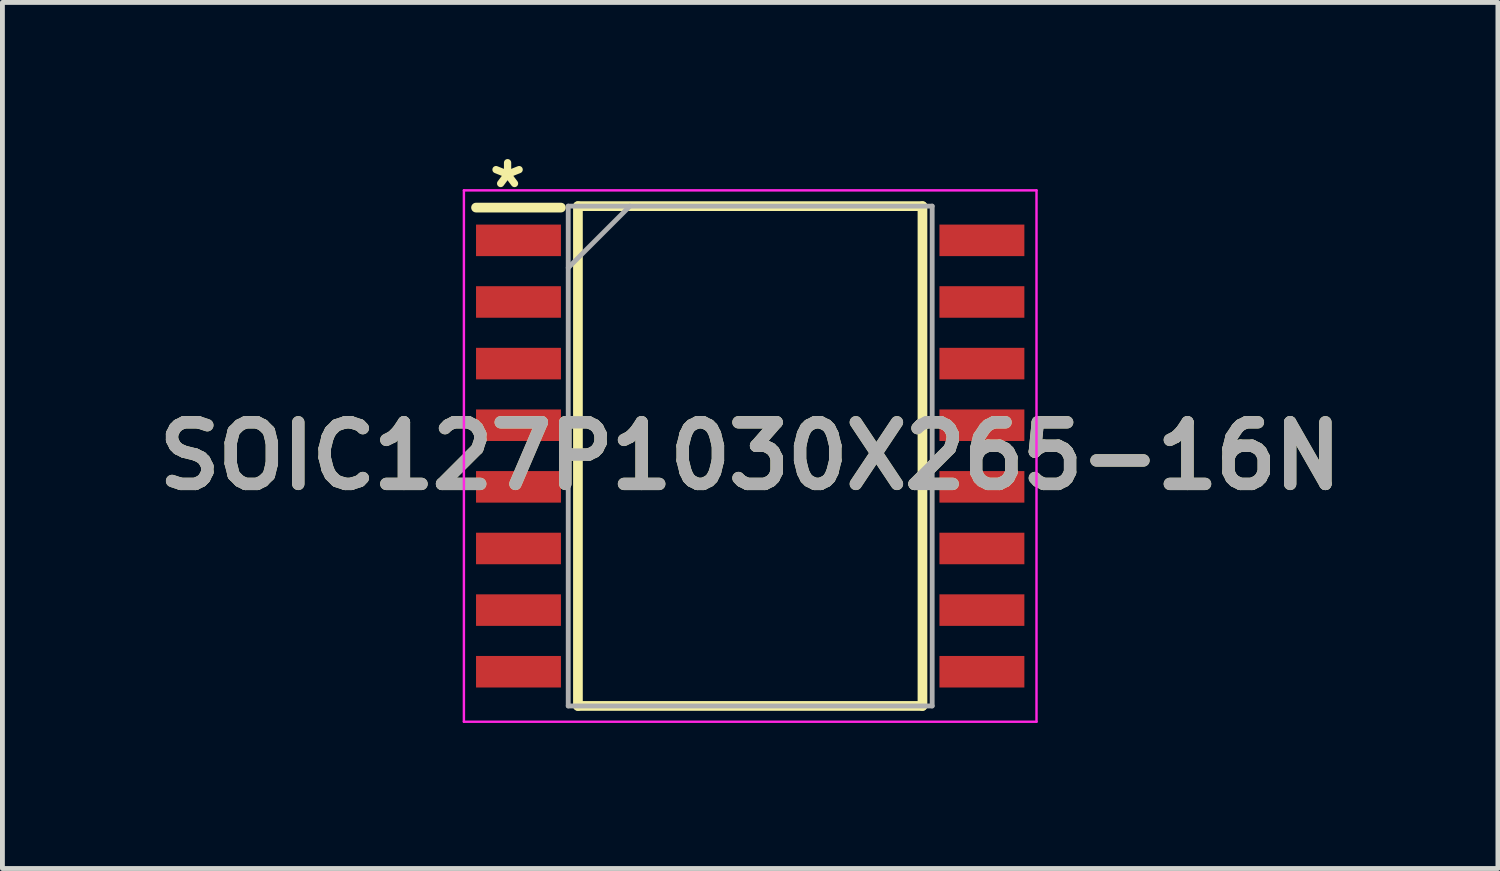
<source format=kicad_pcb>
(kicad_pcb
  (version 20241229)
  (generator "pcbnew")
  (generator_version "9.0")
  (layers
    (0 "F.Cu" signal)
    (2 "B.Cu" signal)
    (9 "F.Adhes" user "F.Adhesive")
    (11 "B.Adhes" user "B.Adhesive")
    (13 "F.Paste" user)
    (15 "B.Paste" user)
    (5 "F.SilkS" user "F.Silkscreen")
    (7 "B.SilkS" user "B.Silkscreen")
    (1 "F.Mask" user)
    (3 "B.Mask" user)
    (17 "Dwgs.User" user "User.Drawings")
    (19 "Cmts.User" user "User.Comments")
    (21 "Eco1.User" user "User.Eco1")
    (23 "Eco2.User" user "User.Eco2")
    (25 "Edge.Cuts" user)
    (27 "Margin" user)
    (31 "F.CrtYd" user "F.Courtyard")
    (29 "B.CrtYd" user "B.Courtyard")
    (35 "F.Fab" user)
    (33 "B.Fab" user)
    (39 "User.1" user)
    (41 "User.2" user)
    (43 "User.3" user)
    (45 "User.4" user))
  (footprint "SOIC127P1030X265-16N"
    (layer "F.Cu")
    (at 12.41 6.348)
    (property "Reference" "SOIC127P1030X265-16N" (at 0 0 0) (layer "F.SilkS") (effects (font (size 1.27 1.27) (thickness 0.254))))
    (attr smd)
    (fp_line (start -5.65 -5.12) (end -3.9 -5.12) (stroke (width 0.2) (type solid)) (layer "F.SilkS"))
    (fp_line (start -3.55 -5.15) (end 3.55 -5.15) (stroke (width 0.2) (type solid)) (layer "F.SilkS"))
    (fp_line (start -3.55 5.15) (end -3.55 -5.15) (stroke (width 0.2) (type solid)) (layer "F.SilkS"))
    (fp_line (start 3.55 -5.15) (end 3.55 5.15) (stroke (width 0.2) (type solid)) (layer "F.SilkS"))
    (fp_line (start 3.55 5.15) (end -3.55 5.15) (stroke (width 0.2) (type solid)) (layer "F.SilkS"))
    (fp_line (start -5.9 -5.475) (end 5.9 -5.475) (stroke (width 0.05) (type solid)) (layer "F.CrtYd"))
    (fp_line (start -5.9 5.475) (end -5.9 -5.475) (stroke (width 0.05) (type solid)) (layer "F.CrtYd"))
    (fp_line (start 5.9 -5.475) (end 5.9 5.475) (stroke (width 0.05) (type solid)) (layer "F.CrtYd"))
    (fp_line (start 5.9 5.475) (end -5.9 5.475) (stroke (width 0.05) (type solid)) (layer "F.CrtYd"))
    (fp_line (start -3.75 -5.15) (end 3.75 -5.15) (stroke (width 0.1) (type solid)) (layer "F.Fab"))
    (fp_line (start -3.75 -3.88) (end -2.48 -5.15) (stroke (width 0.1) (type solid)) (layer "F.Fab"))
    (fp_line (start -3.75 5.15) (end -3.75 -5.15) (stroke (width 0.1) (type solid)) (layer "F.Fab"))
    (fp_line (start 3.75 -5.15) (end 3.75 5.15) (stroke (width 0.1) (type solid)) (layer "F.Fab"))
    (fp_line (start 3.75 5.15) (end -3.75 5.15) (stroke (width 0.1) (type solid)) (layer "F.Fab"))
    (fp_text user "*" (at -5 -5.5 0) (unlocked yes) (layer "F.SilkS") (effects (font (size 1 1) (thickness 0.15))))
    (fp_text user "${REFERENCE}" (at 0 0 0) (layer "F.Fab") (effects (font (size 1.27 1.27) (thickness 0.254))))
    (pad "1" smd rect (at -4.775 -4.445 90) (size 0.65 1.75) (layers "F.Cu" "F.Mask" "F.Paste"))
    (pad "2" smd rect (at -4.775 -3.175 90) (size 0.65 1.75) (layers "F.Cu" "F.Mask" "F.Paste"))
    (pad "3" smd rect (at -4.775 -1.905 90) (size 0.65 1.75) (layers "F.Cu" "F.Mask" "F.Paste"))
    (pad "4" smd rect (at -4.775 -0.635 90) (size 0.65 1.75) (layers "F.Cu" "F.Mask" "F.Paste"))
    (pad "5" smd rect (at -4.775 0.635 90) (size 0.65 1.75) (layers "F.Cu" "F.Mask" "F.Paste"))
    (pad "6" smd rect (at -4.775 1.905 90) (size 0.65 1.75) (layers "F.Cu" "F.Mask" "F.Paste"))
    (pad "7" smd rect (at -4.775 3.175 90) (size 0.65 1.75) (layers "F.Cu" "F.Mask" "F.Paste"))
    (pad "8" smd rect (at -4.775 4.445 90) (size 0.65 1.75) (layers "F.Cu" "F.Mask" "F.Paste"))
    (pad "9" smd rect (at 4.775 4.445 90) (size 0.65 1.75) (layers "F.Cu" "F.Mask" "F.Paste"))
    (pad "10" smd rect (at 4.775 3.175 90) (size 0.65 1.75) (layers "F.Cu" "F.Mask" "F.Paste"))
    (pad "11" smd rect (at 4.775 1.905 90) (size 0.65 1.75) (layers "F.Cu" "F.Mask" "F.Paste"))
    (pad "12" smd rect (at 4.775 0.635 90) (size 0.65 1.75) (layers "F.Cu" "F.Mask" "F.Paste"))
    (pad "13" smd rect (at 4.775 -0.635 90) (size 0.65 1.75) (layers "F.Cu" "F.Mask" "F.Paste"))
    (pad "14" smd rect (at 4.775 -1.905 90) (size 0.65 1.75) (layers "F.Cu" "F.Mask" "F.Paste"))
    (pad "15" smd rect (at 4.775 -3.175 90) (size 0.65 1.75) (layers "F.Cu" "F.Mask" "F.Paste"))
    (pad "16" smd rect (at 4.775 -4.445 90) (size 0.65 1.75) (layers "F.Cu" "F.Mask" "F.Paste")))
  (gr_rect
    (start -3 -3)
    (end 27.819 14.848)
    (stroke (width 0.1) (type default))
    (fill no)
    (layer "Edge.Cuts")))
</source>
